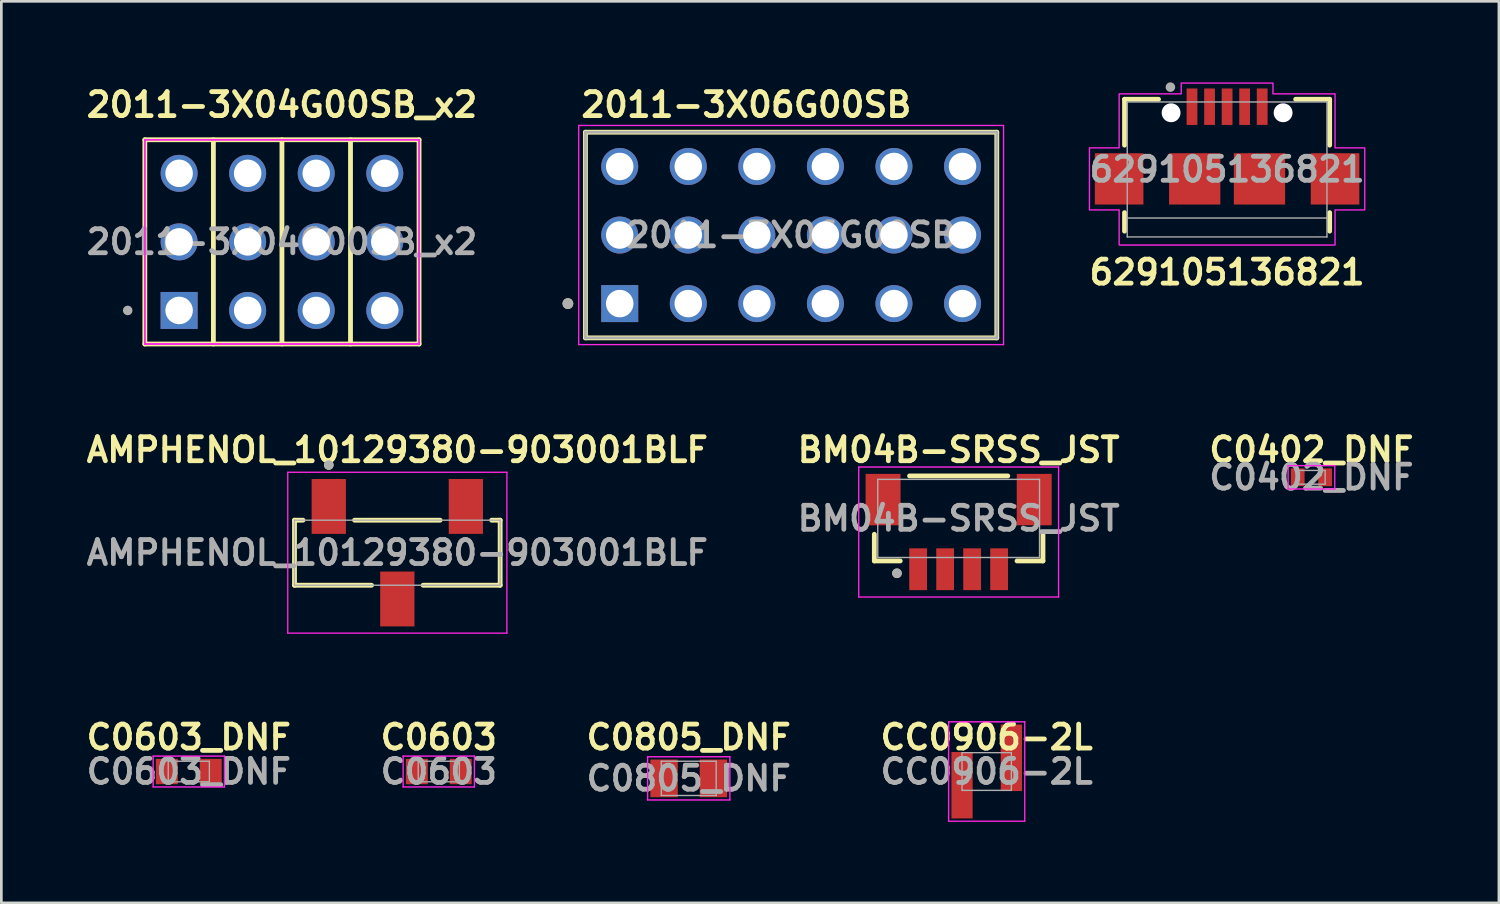
<source format=kicad_pcb>
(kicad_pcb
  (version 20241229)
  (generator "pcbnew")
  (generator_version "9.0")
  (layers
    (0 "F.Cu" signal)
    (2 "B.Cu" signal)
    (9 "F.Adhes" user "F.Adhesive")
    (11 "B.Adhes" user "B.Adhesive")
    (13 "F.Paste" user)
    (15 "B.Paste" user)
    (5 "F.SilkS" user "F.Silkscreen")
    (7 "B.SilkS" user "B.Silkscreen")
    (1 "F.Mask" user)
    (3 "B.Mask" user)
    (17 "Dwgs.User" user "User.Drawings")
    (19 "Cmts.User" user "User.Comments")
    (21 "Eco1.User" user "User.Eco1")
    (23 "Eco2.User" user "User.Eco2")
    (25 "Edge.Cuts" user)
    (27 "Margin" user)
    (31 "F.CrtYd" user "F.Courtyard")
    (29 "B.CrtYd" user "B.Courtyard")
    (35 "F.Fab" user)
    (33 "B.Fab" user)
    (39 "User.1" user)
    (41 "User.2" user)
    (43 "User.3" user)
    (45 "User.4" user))
  (footprint "C0603_DNF"
    (layer "F.Cu")
    (at 3.945 25.535)
    (property "Reference" "C0603_DNF" (at 0 -1.27 0) (layer "F.SilkS") (effects (font (size 0.889 0.889) (thickness 0.178))))
    (attr smd)
    (fp_line (start -1.321 -0.572) (end 1.321 -0.572) (stroke (width 0.051) (type solid)) (layer "F.CrtYd"))
    (fp_line (start -1.321 0.572) (end -1.321 -0.572) (stroke (width 0.051) (type solid)) (layer "F.CrtYd"))
    (fp_line (start 1.321 -0.572) (end 1.321 0.572) (stroke (width 0.051) (type solid)) (layer "F.CrtYd"))
    (fp_line (start 1.321 0.572) (end -1.321 0.572) (stroke (width 0.051) (type solid)) (layer "F.CrtYd"))
    (fp_line (start -0.762 -0.381) (end 0.762 -0.381) (stroke (width 0.051) (type solid)) (layer "F.Fab"))
    (fp_line (start -0.762 0.381) (end -0.762 -0.381) (stroke (width 0.051) (type solid)) (layer "F.Fab"))
    (fp_line (start 0.762 -0.381) (end 0.762 0.381) (stroke (width 0.051) (type solid)) (layer "F.Fab"))
    (fp_line (start 0.762 0.381) (end -0.762 0.381) (stroke (width 0.051) (type solid)) (layer "F.Fab"))
    (fp_text user "${REFERENCE}" (at 0 0 0) (layer "F.Fab") (effects (font (size 0.889 0.889) (thickness 0.178))))
    (pad "1" smd rect (at -0.813 0) (size 0.813 0.94) (layers "F.Cu" "F.Mask"))
    (pad "2" smd rect (at 0.813 0) (size 0.813 0.94) (layers "F.Cu" "F.Mask")))
  (footprint "CC0906-2L"
    (layer "F.Cu")
    (at 33.507 25.535)
    (property "Reference" "CC0906-2L" (at 0 -1.27 0) (layer "F.SilkS") (effects (font (size 0.889 0.889) (thickness 0.178))))
    (attr smd)
    (fp_line (start -1.41 -1.841) (end -1.41 1.841) (stroke (width 0.051) (type default)) (layer "F.CrtYd"))
    (fp_line (start -1.41 -1.841) (end 1.41 -1.841) (stroke (width 0.051) (type solid)) (layer "F.CrtYd"))
    (fp_line (start -1.41 1.841) (end 1.41 1.841) (stroke (width 0.051) (type solid)) (layer "F.CrtYd"))
    (fp_line (start 1.41 -1.841) (end 1.41 1.841) (stroke (width 0.051) (type default)) (layer "F.CrtYd"))
    (fp_line (start -0.914 -0.699) (end -0.914 0.699) (stroke (width 0.051) (type default)) (layer "F.Fab"))
    (fp_line (start -0.914 -0.699) (end 0.914 -0.699) (stroke (width 0.051) (type solid)) (layer "F.Fab"))
    (fp_line (start 0.914 -0.699) (end 0.914 0.699) (stroke (width 0.051) (type default)) (layer "F.Fab"))
    (fp_line (start 0.914 0.699) (end -0.914 0.699) (stroke (width 0.051) (type solid)) (layer "F.Fab"))
    (fp_text user "${REFERENCE}" (at 0 0 0) (layer "F.Fab") (effects (font (size 0.889 0.889) (thickness 0.178))))
    (pad "1" smd rect (at -0.914 0.508) (size 0.787 2.464) (layers "F.Cu" "F.Mask" "F.Paste"))
    (pad "2" smd rect (at 0.914 -0.508) (size 0.787 2.464) (layers "F.Cu" "F.Mask" "F.Paste")))
  (footprint "629105136821"
    (layer "F.Cu")
    (at 42.414 3.228)
    (property "Reference" "629105136821" (at 0 3.81 0) (layer "F.SilkS") (effects (font (size 0.889 0.889) (thickness 0.178))))
    (attr smd)
    (fp_line (start -3.8 -2.6) (end -3.8 -0.9) (stroke (width 0.178) (type solid)) (layer "F.SilkS"))
    (fp_line (start -3.8 -2.6) (end -2.54 -2.6) (stroke (width 0.178) (type solid)) (layer "F.SilkS"))
    (fp_line (start -3.8 1.6) (end -3.8 2.286) (stroke (width 0.178) (type solid)) (layer "F.SilkS"))
    (fp_line (start 3.8 -2.6) (end 2.54 -2.6) (stroke (width 0.178) (type solid)) (layer "F.SilkS"))
    (fp_line (start 3.8 -2.6) (end 3.8 -0.9) (stroke (width 0.178) (type solid)) (layer "F.SilkS"))
    (fp_line (start 3.8 2.286) (end 3.8 1.6) (stroke (width 0.178) (type solid)) (layer "F.SilkS"))
    (fp_poly (pts (xy -1.7 -3.2) (xy 1.7 -3.2) (xy 1.7 -2.8) (xy 4 -2.8) (xy 4 -0.8) (xy 5.1 -0.8) (xy 5.1 1.5) (xy 4 1.5) (xy 4 2.8) (xy -4 2.8) (xy -4 1.5) (xy -5.1 1.5) (xy -5.1 -0.8) (xy -4 -0.8) (xy -4 -2.8) (xy -1.7 -2.8)) (stroke (width 0.051) (type solid)) (fill no) (layer "F.CrtYd"))
    (fp_line (start -3.7 -2.5) (end 3.7 -2.5) (stroke (width 0.051) (type solid)) (layer "F.Fab"))
    (fp_line (start -3.7 1.8) (end -3.7 -2.5) (stroke (width 0.051) (type solid)) (layer "F.Fab"))
    (fp_line (start -3.7 1.8) (end 3.7 1.8) (stroke (width 0.051) (type solid)) (layer "F.Fab"))
    (fp_line (start -3.7 2.5) (end -3.7 1.8) (stroke (width 0.051) (type solid)) (layer "F.Fab"))
    (fp_line (start 3.7 -2.5) (end 3.7 1.8) (stroke (width 0.051) (type solid)) (layer "F.Fab"))
    (fp_line (start 3.7 1.8) (end 3.7 2.5) (stroke (width 0.051) (type solid)) (layer "F.Fab"))
    (fp_line (start 3.7 2.5) (end -3.7 2.5) (stroke (width 0.051) (type solid)) (layer "F.Fab"))
    (fp_circle (center -2.1 -3.05) (end -2.011 -3.05) (stroke (width 0.178) (type solid)) (fill no) (layer "F.Fab"))
    (fp_text user "${REFERENCE}" (at 0 0 0) (layer "F.Fab") (effects (font (size 0.889 0.889) (thickness 0.178) (bold yes))))
    (pad "" np_thru_hole circle (at -2.075 -2.1) (size 0.7 0.7) (drill 0.7) (layers "*.Cu" "*.Mask"))
    (pad "" np_thru_hole circle (at 2.075 -2.1) (size 0.7 0.7) (drill 0.7) (layers "*.Cu" "*.Mask"))
    (pad "1" smd rect (at -1.3 -2.325) (size 0.4 1.35) (layers "F.Cu" "F.Mask" "F.Paste"))
    (pad "2" smd rect (at -0.65 -2.325) (size 0.4 1.35) (layers "F.Cu" "F.Mask" "F.Paste"))
    (pad "3" smd rect (at 0 -2.325) (size 0.4 1.35) (layers "F.Cu" "F.Mask" "F.Paste"))
    (pad "4" smd rect (at 0.65 -2.325) (size 0.4 1.35) (layers "F.Cu" "F.Mask" "F.Paste"))
    (pad "5" smd rect (at 1.3 -2.325) (size 0.4 1.35) (layers "F.Cu" "F.Mask" "F.Paste"))
    (pad "S1" smd rect (at -4 0.35) (size 1.8 1.9) (layers "F.Cu" "F.Mask" "F.Paste"))
    (pad "S2" smd rect (at -1.2 0.35) (size 1.9 1.9) (layers "F.Cu" "F.Mask" "F.Paste"))
    (pad "S3" smd rect (at 1.2 0.35) (size 1.9 1.9) (layers "F.Cu" "F.Mask" "F.Paste"))
    (pad "S4" smd rect (at 4 0.35) (size 1.8 1.9) (layers "F.Cu" "F.Mask" "F.Paste")))
  (footprint "BM04B-SRSS_JST"
    (layer "F.Cu")
    (at 32.468 16.158)
    (property "Reference" "BM04B-SRSS_JST" (at 0 -2.54 0) (unlocked yes) (layer "F.SilkS") (effects (font (size 0.889 0.889) (thickness 0.178))))
    (attr smd)
    (fp_line (start -3.124 0.587) (end -3.124 1.575) (stroke (width 0.178) (type solid)) (layer "F.SilkS"))
    (fp_line (start -3.124 1.575) (end -2.163 1.575) (stroke (width 0.178) (type solid)) (layer "F.SilkS"))
    (fp_line (start 1.82 -1.575) (end -1.82 -1.575) (stroke (width 0.178) (type solid)) (layer "F.SilkS"))
    (fp_line (start 2.163 1.575) (end 3.124 1.575) (stroke (width 0.178) (type solid)) (layer "F.SilkS"))
    (fp_line (start 3.124 1.575) (end 3.124 0.587) (stroke (width 0.178) (type solid)) (layer "F.SilkS"))
    (fp_circle (center -2.286 2.032) (end -2.197 2.032) (stroke (width 0.178) (type default)) (fill no) (layer "F.SilkS"))
    (fp_line (start -3.702 -1.904) (end -3.702 2.911) (stroke (width 0.051) (type solid)) (layer "F.CrtYd"))
    (fp_line (start -3.702 2.911) (end 3.702 2.911) (stroke (width 0.051) (type solid)) (layer "F.CrtYd"))
    (fp_line (start 3.702 -1.904) (end -3.702 -1.904) (stroke (width 0.051) (type solid)) (layer "F.CrtYd"))
    (fp_line (start 3.702 2.911) (end 3.702 -1.904) (stroke (width 0.051) (type solid)) (layer "F.CrtYd"))
    (fp_line (start -2.997 -1.448) (end -2.997 1.448) (stroke (width 0.051) (type solid)) (layer "F.Fab"))
    (fp_line (start -2.997 1.448) (end 2.997 1.448) (stroke (width 0.051) (type solid)) (layer "F.Fab"))
    (fp_line (start 2.997 -1.448) (end -2.997 -1.448) (stroke (width 0.051) (type solid)) (layer "F.Fab"))
    (fp_line (start 2.997 1.448) (end 2.997 -1.448) (stroke (width 0.051) (type solid)) (layer "F.Fab"))
    (fp_circle (center -2.286 2.032) (end -2.197 2.032) (stroke (width 0.178) (type default)) (fill no) (layer "F.Fab"))
    (fp_text user "${REFERENCE}" (at 0 0 0) (unlocked yes) (layer "F.Fab") (effects (font (size 0.889 0.889) (thickness 0.178) (bold yes))))
    (pad "1" smd rect (at -1.5 1.882) (size 0.66 1.549) (layers "F.Cu" "F.Mask" "F.Paste"))
    (pad "2" smd rect (at -0.5 1.882) (size 0.66 1.549) (layers "F.Cu" "F.Mask" "F.Paste"))
    (pad "3" smd rect (at 0.5 1.882) (size 0.66 1.549) (layers "F.Cu" "F.Mask" "F.Paste"))
    (pad "4" smd rect (at 1.5 1.882) (size 0.66 1.549) (layers "F.Cu" "F.Mask" "F.Paste"))
    (pad "MP1" smd rect (at -2.8 -0.698) (size 1.295 1.905) (layers "F.Cu" "F.Mask" "F.Paste"))
    (pad "MP2" smd rect (at 2.8 -0.698) (size 1.295 1.905) (layers "F.Cu" "F.Mask" "F.Paste")))
  (footprint "C0805_DNF"
    (layer "F.Cu")
    (at 22.468 25.789)
    (property "Reference" "C0805_DNF" (at 0 -1.524 0) (layer "F.SilkS") (effects (font (size 0.889 0.889) (thickness 0.178) (bold yes))))
    (attr smd)
    (fp_line (start -1.524 -0.8) (end -1.524 0.8) (stroke (width 0.051) (type default)) (layer "F.CrtYd"))
    (fp_line (start 1.524 -0.8) (end -1.524 -0.8) (stroke (width 0.051) (type default)) (layer "F.CrtYd"))
    (fp_line (start 1.524 -0.8) (end 1.524 0.8) (stroke (width 0.051) (type default)) (layer "F.CrtYd"))
    (fp_line (start 1.524 0.8) (end -1.524 0.8) (stroke (width 0.051) (type default)) (layer "F.CrtYd"))
    (fp_line (start -1.016 -0.635) (end 1.016 -0.635) (stroke (width 0.051) (type solid)) (layer "F.Fab"))
    (fp_line (start -1.016 0.635) (end -1.016 -0.635) (stroke (width 0.051) (type solid)) (layer "F.Fab"))
    (fp_line (start 1.016 -0.635) (end 1.016 0.635) (stroke (width 0.051) (type solid)) (layer "F.Fab"))
    (fp_line (start 1.016 0.635) (end -1.016 0.635) (stroke (width 0.051) (type solid)) (layer "F.Fab"))
    (fp_text user "${REFERENCE}" (at 0 0 0) (layer "F.Fab") (effects (font (size 0.889 0.889) (thickness 0.178) (bold yes))))
    (pad "1" smd rect (at -0.914 0) (size 1.016 1.397) (layers "F.Cu" "F.Mask"))
    (pad "2" smd rect (at 0.914 0) (size 1.016 1.397) (layers "F.Cu" "F.Mask")))
  (footprint "2011-3X04G00SB_x2"
    (layer "F.Cu")
    (at 7.396 5.912)
    (property "Reference" "2011-3X04G00SB_x2" (at 0 -5.08 0) (layer "F.SilkS") (effects (font (size 0.889 0.889) (thickness 0.178) (bold yes))))
    (attr through_hole)
    (fp_line (start -5.08 3.784) (end -5.08 -3.784) (stroke (width 0.178) (type solid)) (layer "F.SilkS"))
    (fp_line (start -2.54 -3.784) (end -2.54 3.784) (stroke (width 0.178) (type solid)) (layer "F.SilkS"))
    (fp_line (start 0 -3.784) (end 0 3.784) (stroke (width 0.178) (type solid)) (layer "F.SilkS"))
    (fp_line (start 2.54 -3.784) (end 2.54 3.784) (stroke (width 0.178) (type solid)) (layer "F.SilkS"))
    (fp_line (start 5.08 -3.784) (end -5.08 -3.784) (stroke (width 0.178) (type solid)) (layer "F.SilkS"))
    (fp_line (start 5.08 -3.784) (end 5.08 3.784) (stroke (width 0.178) (type solid)) (layer "F.SilkS"))
    (fp_line (start 5.08 3.784) (end -5.08 3.784) (stroke (width 0.178) (type solid)) (layer "F.SilkS"))
    (fp_line (start -5.08 -3.784) (end 5.08 -3.784) (stroke (width 0.051) (type solid)) (layer "F.CrtYd"))
    (fp_line (start -5.08 3.785) (end -5.08 -3.784) (stroke (width 0.051) (type solid)) (layer "F.CrtYd"))
    (fp_line (start -5.08 3.785) (end -5.08 -3.784) (stroke (width 0.051) (type solid)) (layer "F.CrtYd"))
    (fp_line (start 5.08 -3.784) (end -5.08 -3.784) (stroke (width 0.051) (type solid)) (layer "F.CrtYd"))
    (fp_line (start 5.08 -3.784) (end 5.08 3.785) (stroke (width 0.051) (type solid)) (layer "F.CrtYd"))
    (fp_line (start 5.08 -3.784) (end 5.08 3.785) (stroke (width 0.051) (type solid)) (layer "F.CrtYd"))
    (fp_line (start 5.08 3.785) (end -5.08 3.785) (stroke (width 0.051) (type solid)) (layer "F.CrtYd"))
    (fp_line (start 5.08 3.785) (end -5.08 3.785) (stroke (width 0.051) (type solid)) (layer "F.CrtYd"))
    (fp_line (start -5.08 -3.784) (end 5.08 -3.784) (stroke (width 0.051) (type solid)) (layer "F.Fab"))
    (fp_line (start -5.08 3.784) (end -5.08 -3.784) (stroke (width 0.051) (type solid)) (layer "F.Fab"))
    (fp_line (start 5.08 -3.784) (end 5.08 3.784) (stroke (width 0.051) (type solid)) (layer "F.Fab"))
    (fp_line (start 5.08 3.784) (end -5.08 3.784) (stroke (width 0.051) (type solid)) (layer "F.Fab"))
    (fp_circle (center -5.715 2.54) (end -5.626 2.54) (stroke (width 0.178) (type solid)) (fill no) (layer "F.Fab"))
    (fp_text user "${REFERENCE}" (at 0 0 0) (layer "F.Fab") (effects (font (size 0.889 0.889) (thickness 0.178) (bold yes))))
    (pad "01" thru_hole rect (at -3.81 2.54) (size 1.37 1.37) (drill 1.02) (layers "*.Cu" "*.Mask"))
    (pad "02" thru_hole circle (at -3.81 0) (size 1.37 1.37) (drill 1.02) (layers "*.Cu" "*.Mask"))
    (pad "03" thru_hole circle (at -3.81 -2.54) (size 1.37 1.37) (drill 1.02) (layers "*.Cu" "*.Mask"))
    (pad "04" thru_hole circle (at -1.27 2.54) (size 1.37 1.37) (drill 1.02) (layers "*.Cu" "*.Mask"))
    (pad "05" thru_hole circle (at -1.27 0) (size 1.37 1.37) (drill 1.02) (layers "*.Cu" "*.Mask"))
    (pad "06" thru_hole circle (at -1.27 -2.54) (size 1.37 1.37) (drill 1.02) (layers "*.Cu" "*.Mask"))
    (pad "07" thru_hole circle (at 1.27 2.54) (size 1.37 1.37) (drill 1.02) (layers "*.Cu" "*.Mask"))
    (pad "08" thru_hole circle (at 1.27 0) (size 1.37 1.37) (drill 1.02) (layers "*.Cu" "*.Mask"))
    (pad "09" thru_hole circle (at 1.27 -2.54) (size 1.37 1.37) (drill 1.02) (layers "*.Cu" "*.Mask"))
    (pad "10" thru_hole circle (at 3.81 2.54) (size 1.37 1.37) (drill 1.02) (layers "*.Cu" "*.Mask"))
    (pad "11" thru_hole circle (at 3.81 0) (size 1.37 1.37) (drill 1.02) (layers "*.Cu" "*.Mask"))
    (pad "12" thru_hole circle (at 3.81 -2.54) (size 1.37 1.37) (drill 1.02) (layers "*.Cu" "*.Mask")))
  (footprint "C0603"
    (layer "F.Cu")
    (at 13.207 25.535)
    (property "Reference" "C0603" (at 0 -1.27 0) (layer "F.SilkS") (effects (font (size 0.889 0.889) (thickness 0.178))))
    (attr smd)
    (fp_line (start -1.321 -0.572) (end 1.321 -0.572) (stroke (width 0.051) (type solid)) (layer "F.CrtYd"))
    (fp_line (start -1.321 0.572) (end -1.321 -0.572) (stroke (width 0.051) (type solid)) (layer "F.CrtYd"))
    (fp_line (start 1.321 -0.572) (end 1.321 0.572) (stroke (width 0.051) (type solid)) (layer "F.CrtYd"))
    (fp_line (start 1.321 0.572) (end -1.321 0.572) (stroke (width 0.051) (type solid)) (layer "F.CrtYd"))
    (fp_line (start -0.762 -0.381) (end 0.762 -0.381) (stroke (width 0.051) (type solid)) (layer "F.Fab"))
    (fp_line (start -0.762 0.381) (end -0.762 -0.381) (stroke (width 0.051) (type solid)) (layer "F.Fab"))
    (fp_line (start 0.762 -0.381) (end 0.762 0.381) (stroke (width 0.051) (type solid)) (layer "F.Fab"))
    (fp_line (start 0.762 0.381) (end -0.762 0.381) (stroke (width 0.051) (type solid)) (layer "F.Fab"))
    (fp_text user "${REFERENCE}" (at 0 0 0) (layer "F.Fab") (effects (font (size 0.889 0.889) (thickness 0.178))))
    (pad "1" smd rect (at -0.813 0) (size 0.813 0.94) (layers "F.Cu" "F.Mask" "F.Paste"))
    (pad "2" smd rect (at 0.813 0) (size 0.813 0.94) (layers "F.Cu" "F.Mask" "F.Paste")))
  (footprint "C0402_DNF"
    (layer "F.Cu")
    (at 45.539 14.634)
    (property "Reference" "C0402_DNF" (at 0 -1.016 0) (layer "F.SilkS") (effects (font (size 0.889 0.889) (thickness 0.178) (bold yes))))
    (attr smd)
    (fp_line (start -0.864 -0.432) (end 0.864 -0.432) (stroke (width 0.051) (type solid)) (layer "F.CrtYd"))
    (fp_line (start -0.864 0.432) (end -0.864 -0.432) (stroke (width 0.051) (type solid)) (layer "F.CrtYd"))
    (fp_line (start 0.864 -0.432) (end 0.864 0.432) (stroke (width 0.05) (type solid)) (layer "F.CrtYd"))
    (fp_line (start 0.864 0.432) (end -0.864 0.432) (stroke (width 0.051) (type solid)) (layer "F.CrtYd"))
    (fp_line (start -0.508 -0.254) (end 0.508 -0.254) (stroke (width 0.051) (type solid)) (layer "F.Fab"))
    (fp_line (start -0.508 0.254) (end -0.508 -0.254) (stroke (width 0.051) (type solid)) (layer "F.Fab"))
    (fp_line (start 0.508 -0.254) (end 0.508 0.254) (stroke (width 0.051) (type solid)) (layer "F.Fab"))
    (fp_line (start 0.508 0.254) (end -0.508 0.254) (stroke (width 0.051) (type solid)) (layer "F.Fab"))
    (fp_text user "${REFERENCE}" (at 0 0 0) (layer "F.Fab") (effects (font (size 0.889 0.889) (thickness 0.178) (bold yes))))
    (pad "1" smd rect (at -0.508 0) (size 0.508 0.66) (layers "F.Cu" "F.Mask"))
    (pad "2" smd rect (at 0.508 0) (size 0.508 0.66) (layers "F.Cu" "F.Mask")))
  (footprint "AMPHENOL_10129380-903001BLF"
    (layer "F.Cu")
    (at 11.671 17.428)
    (property "Reference" "AMPHENOL_10129380-903001BLF" (at 0 -3.81 0) (layer "F.SilkS") (effects (font (size 0.889 0.889) (thickness 0.178))))
    (attr smd)
    (fp_line (start -3.81 -1.205) (end -3.81 1.205) (stroke (width 0.178) (type solid)) (layer "F.SilkS"))
    (fp_line (start -3.81 1.205) (end -0.955 1.205) (stroke (width 0.178) (type solid)) (layer "F.SilkS"))
    (fp_line (start -3.495 -1.205) (end -3.81 -1.205) (stroke (width 0.178) (type solid)) (layer "F.SilkS"))
    (fp_line (start -1.585 -1.205) (end 1.585 -1.205) (stroke (width 0.178) (type solid)) (layer "F.SilkS"))
    (fp_line (start 3.495 -1.205) (end 3.81 -1.205) (stroke (width 0.178) (type solid)) (layer "F.SilkS"))
    (fp_line (start 3.81 -1.205) (end 3.81 1.205) (stroke (width 0.178) (type solid)) (layer "F.SilkS"))
    (fp_line (start 3.81 1.205) (end 0.955 1.205) (stroke (width 0.178) (type solid)) (layer "F.SilkS"))
    (fp_circle (center -2.54 -3.25) (end -2.451 -3.25) (stroke (width 0.178) (type solid)) (fill no) (layer "F.SilkS"))
    (fp_line (start -4.06 -2.98) (end -4.06 2.98) (stroke (width 0.05) (type solid)) (layer "F.CrtYd"))
    (fp_line (start -4.06 2.98) (end 4.06 2.98) (stroke (width 0.05) (type solid)) (layer "F.CrtYd"))
    (fp_line (start 4.06 -2.98) (end -4.06 -2.98) (stroke (width 0.05) (type solid)) (layer "F.CrtYd"))
    (fp_line (start 4.06 2.98) (end 4.06 -2.98) (stroke (width 0.05) (type solid)) (layer "F.CrtYd"))
    (fp_line (start -3.81 -1.205) (end -3.81 1.205) (stroke (width 0.051) (type solid)) (layer "F.Fab"))
    (fp_line (start -3.81 1.205) (end 3.81 1.205) (stroke (width 0.051) (type solid)) (layer "F.Fab"))
    (fp_line (start 3.81 -1.205) (end -3.81 -1.205) (stroke (width 0.051) (type solid)) (layer "F.Fab"))
    (fp_line (start 3.81 1.205) (end 3.81 -1.205) (stroke (width 0.051) (type solid)) (layer "F.Fab"))
    (fp_circle (center -2.54 -3.25) (end -2.451 -3.25) (stroke (width 0.178) (type solid)) (fill no) (layer "F.Fab"))
    (fp_text user "${REFERENCE}" (at 0 0 0) (layer "F.Fab") (effects (font (size 0.889 0.889) (thickness 0.178) (bold yes))))
    (pad "1" smd rect (at -2.54 -1.714) (size 1.27 2.032) (layers "F.Cu" "F.Mask" "F.Paste"))
    (pad "2" smd rect (at 0 1.714) (size 1.27 2.032) (layers "F.Cu" "F.Mask" "F.Paste"))
    (pad "3" smd rect (at 2.54 -1.714) (size 1.27 2.032) (layers "F.Cu" "F.Mask" "F.Paste")))
  (footprint "2011-3X06G00SB"
    (layer "F.Cu")
    (at 26.261 5.658)
    (property "Reference" "2011-3X06G00SB" (at -7.874 -4.826 0) (layer "F.SilkS") (effects (font (size 0.889 0.889) (thickness 0.178)) (justify left)))
    (attr through_hole)
    (fp_line (start -7.62 3.81) (end -7.62 -3.81) (stroke (width 0.178) (type solid)) (layer "F.SilkS"))
    (fp_line (start 7.62 -3.81) (end -7.62 -3.81) (stroke (width 0.178) (type solid)) (layer "F.SilkS"))
    (fp_line (start 7.62 -3.81) (end 7.62 3.81) (stroke (width 0.178) (type solid)) (layer "F.SilkS"))
    (fp_line (start 7.62 3.81) (end -7.62 3.81) (stroke (width 0.178) (type solid)) (layer "F.SilkS"))
    (fp_circle (center -8.27 2.54) (end -8.17 2.54) (stroke (width 0.2) (type solid)) (fill no) (layer "F.SilkS"))
    (fp_line (start -7.87 -4.06) (end 7.87 -4.06) (stroke (width 0.05) (type solid)) (layer "F.CrtYd"))
    (fp_line (start -7.87 4.06) (end -7.87 -4.06) (stroke (width 0.05) (type solid)) (layer "F.CrtYd"))
    (fp_line (start 7.87 -4.06) (end 7.87 4.06) (stroke (width 0.05) (type solid)) (layer "F.CrtYd"))
    (fp_line (start 7.87 4.06) (end -7.87 4.06) (stroke (width 0.05) (type solid)) (layer "F.CrtYd"))
    (fp_line (start -7.62 -3.81) (end 7.62 -3.81) (stroke (width 0.1) (type solid)) (layer "F.Fab"))
    (fp_line (start -7.62 3.81) (end -7.62 -3.81) (stroke (width 0.1) (type solid)) (layer "F.Fab"))
    (fp_line (start 7.62 -3.81) (end 7.62 3.81) (stroke (width 0.1) (type solid)) (layer "F.Fab"))
    (fp_line (start 7.62 3.81) (end -7.62 3.81) (stroke (width 0.1) (type solid)) (layer "F.Fab"))
    (fp_circle (center -8.27 2.54) (end -8.17 2.54) (stroke (width 0.2) (type solid)) (fill no) (layer "F.Fab"))
    (fp_text user "${REFERENCE}" (at 0 0 0) (layer "F.Fab") (effects (font (size 0.889 0.889) (thickness 0.178) (bold yes))))
    (pad "01" thru_hole rect (at -6.35 2.54) (size 1.37 1.37) (drill 1.02) (layers "*.Cu" "*.Mask"))
    (pad "02" thru_hole circle (at -6.35 0) (size 1.37 1.37) (drill 1.02) (layers "*.Cu" "*.Mask"))
    (pad "03" thru_hole circle (at -6.35 -2.54) (size 1.37 1.37) (drill 1.02) (layers "*.Cu" "*.Mask"))
    (pad "04" thru_hole circle (at -3.81 2.54) (size 1.37 1.37) (drill 1.02) (layers "*.Cu" "*.Mask"))
    (pad "05" thru_hole circle (at -3.81 0) (size 1.37 1.37) (drill 1.02) (layers "*.Cu" "*.Mask"))
    (pad "06" thru_hole circle (at -3.81 -2.54) (size 1.37 1.37) (drill 1.02) (layers "*.Cu" "*.Mask"))
    (pad "07" thru_hole circle (at -1.27 2.54) (size 1.37 1.37) (drill 1.02) (layers "*.Cu" "*.Mask"))
    (pad "08" thru_hole circle (at -1.27 0) (size 1.37 1.37) (drill 1.02) (layers "*.Cu" "*.Mask"))
    (pad "09" thru_hole circle (at -1.27 -2.54) (size 1.37 1.37) (drill 1.02) (layers "*.Cu" "*.Mask"))
    (pad "10" thru_hole circle (at 1.27 2.54) (size 1.37 1.37) (drill 1.02) (layers "*.Cu" "*.Mask"))
    (pad "11" thru_hole circle (at 1.27 0) (size 1.37 1.37) (drill 1.02) (layers "*.Cu" "*.Mask"))
    (pad "12" thru_hole circle (at 1.27 -2.54) (size 1.37 1.37) (drill 1.02) (layers "*.Cu" "*.Mask"))
    (pad "13" thru_hole circle (at 3.81 2.54) (size 1.37 1.37) (drill 1.02) (layers "*.Cu" "*.Mask"))
    (pad "14" thru_hole circle (at 3.81 0) (size 1.37 1.37) (drill 1.02) (layers "*.Cu" "*.Mask"))
    (pad "15" thru_hole circle (at 3.81 -2.54) (size 1.37 1.37) (drill 1.02) (layers "*.Cu" "*.Mask"))
    (pad "16" thru_hole circle (at 6.35 2.54) (size 1.37 1.37) (drill 1.02) (layers "*.Cu" "*.Mask"))
    (pad "17" thru_hole circle (at 6.35 0) (size 1.37 1.37) (drill 1.02) (layers "*.Cu" "*.Mask"))
    (pad "18" thru_hole circle (at 6.35 -2.54) (size 1.37 1.37) (drill 1.02) (layers "*.Cu" "*.Mask")))
  (gr_rect
    (start -3 -3)
    (end 52.485 30.402)
    (stroke (width 0.1) (type default))
    (fill no)
    (layer "Edge.Cuts")))
</source>
